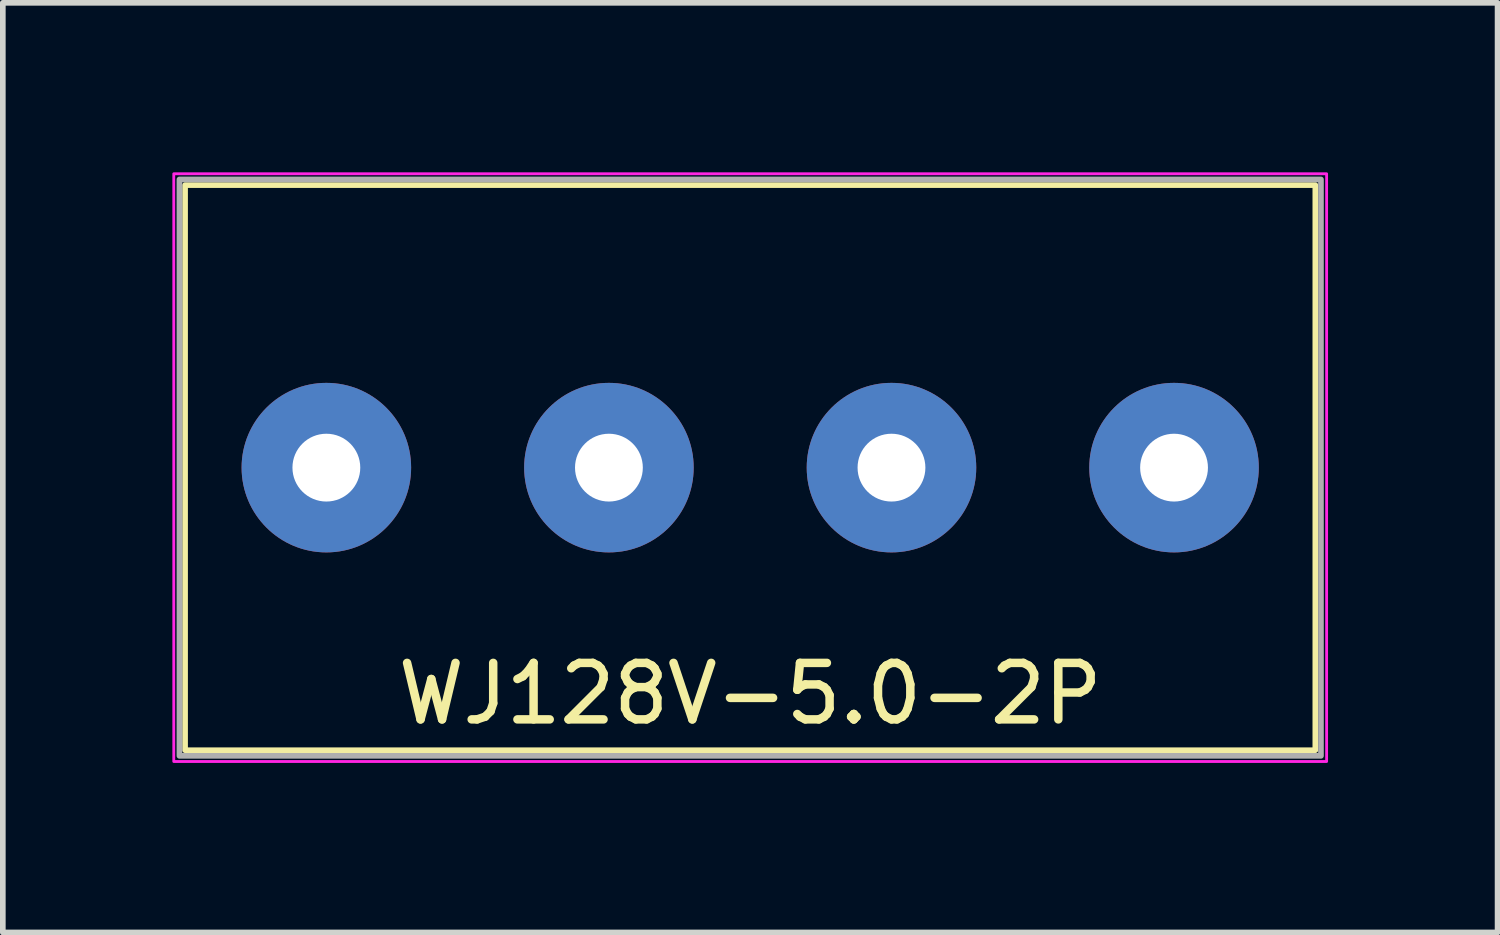
<source format=kicad_pcb>
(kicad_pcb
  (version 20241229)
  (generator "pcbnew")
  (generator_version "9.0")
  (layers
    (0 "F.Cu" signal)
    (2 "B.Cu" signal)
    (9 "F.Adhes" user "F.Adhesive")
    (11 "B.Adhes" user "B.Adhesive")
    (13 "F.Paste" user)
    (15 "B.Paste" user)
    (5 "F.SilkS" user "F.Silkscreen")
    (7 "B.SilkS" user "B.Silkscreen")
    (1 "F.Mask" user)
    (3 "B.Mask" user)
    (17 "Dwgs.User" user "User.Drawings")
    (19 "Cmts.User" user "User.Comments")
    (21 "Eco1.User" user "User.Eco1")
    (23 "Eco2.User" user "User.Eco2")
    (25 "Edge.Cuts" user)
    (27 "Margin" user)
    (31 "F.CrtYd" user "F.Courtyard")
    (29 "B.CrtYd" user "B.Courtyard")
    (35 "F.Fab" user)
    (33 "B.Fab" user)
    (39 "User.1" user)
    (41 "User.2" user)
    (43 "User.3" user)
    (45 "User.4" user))
  (footprint "WJ128V-5.0-2P"
    (layer "F.Cu")
    (at 10.225 5.225)
    (property "Reference" "WJ128V-5.0-2P" (at 0 4 0) (layer "F.SilkS") (effects (font (size 1 1) (thickness 0.15))))
    (attr through_hole)
    (fp_rect (start 10 5) (end -10 -5) (stroke (width 0.1) (type default)) (fill no) (layer "F.SilkS"))
    (fp_rect (start -10.2 -5.2) (end 10.2 5.2) (stroke (width 0.05) (type default)) (fill no) (layer "F.CrtYd"))
    (fp_rect (start 10.1 5.1) (end -10.1 -5.1) (stroke (width 0.1) (type default)) (fill no) (layer "F.Fab"))
    (pad "1" thru_hole circle (at -7.5 0) (size 3 3) (drill 1.2) (layers "*.Cu" "*.Mask"))
    (pad "2" thru_hole circle (at -2.5 0) (size 3 3) (drill 1.2) (layers "*.Cu" "*.Mask"))
    (pad "3" thru_hole circle (at 2.5 0) (size 3 3) (drill 1.2) (layers "*.Cu" "*.Mask"))
    (pad "4" thru_hole circle (at 7.5 0) (size 3 3) (drill 1.2) (layers "*.Cu" "*.Mask")))
  (gr_rect
    (start -3 -3)
    (end 23.45 13.45)
    (stroke (width 0.1) (type default))
    (fill no)
    (layer "Edge.Cuts")))
</source>
